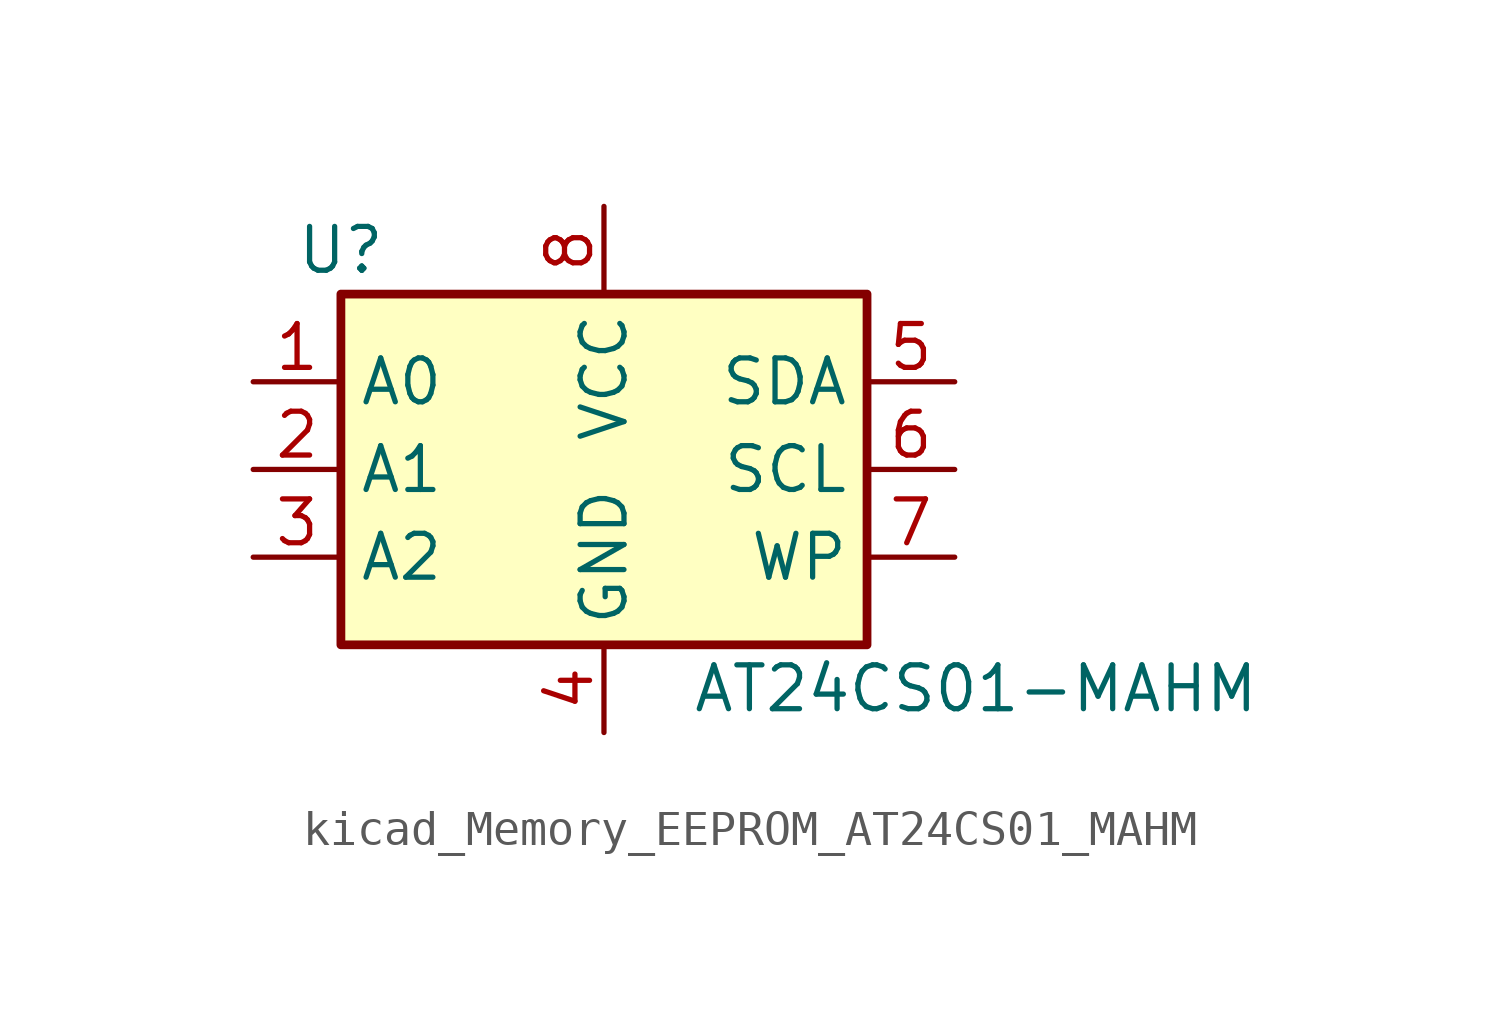
<source format=kicad_sym>
(kicad_symbol_lib
  (version 20220914)
  (generator kicad_symbol_editor)
  (symbol "kicad_Memory_EEPROM_AT24CS01_MAHM"
    (property "Reference" "U"
      (at -7.62 6.35 0)
      (effects (font (size 1.27 1.27))))
    (property "Value" "AT24CS01-MAHM"
      (at 2.54 -6.35 0)
      (effects (font (size 1.27 1.27)) (justify left)))
    (symbol "kicad_Memory_EEPROM_AT24CS01_MAHM_1_1"
      (rectangle (start -7.62 5.08) (end 7.62 -5.08) (stroke (width 0.254) (type default)) (fill (type background)))
      (pin input line (at -10.16 2.54 0) (length 2.54) (name "A0" (effects (font (size 1.27 1.27)))) (number "1" (effects (font (size 1.27 1.27)))))
      (pin input line (at -10.16 0 0) (length 2.54) (name "A1" (effects (font (size 1.27 1.27)))) (number "2" (effects (font (size 1.27 1.27)))))
      (pin input line (at -10.16 -2.54 0) (length 2.54) (name "A2" (effects (font (size 1.27 1.27)))) (number "3" (effects (font (size 1.27 1.27)))))
      (pin power_in line (at 0 -7.62 90) (length 2.54) (name "GND" (effects (font (size 1.27 1.27)))) (number "4" (effects (font (size 1.27 1.27)))))
      (pin bidirectional line (at 10.16 2.54 180) (length 2.54) (name "SDA" (effects (font (size 1.27 1.27)))) (number "5" (effects (font (size 1.27 1.27)))))
      (pin input line (at 10.16 0 180) (length 2.54) (name "SCL" (effects (font (size 1.27 1.27)))) (number "6" (effects (font (size 1.27 1.27)))))
      (pin input line (at 10.16 -2.54 180) (length 2.54) (name "WP" (effects (font (size 1.27 1.27)))) (number "7" (effects (font (size 1.27 1.27)))))
      (pin power_in line (at 0 7.62 270) (length 2.54) (name "VCC" (effects (font (size 1.27 1.27)))) (number "8" (effects (font (size 1.27 1.27))))))))
</source>
